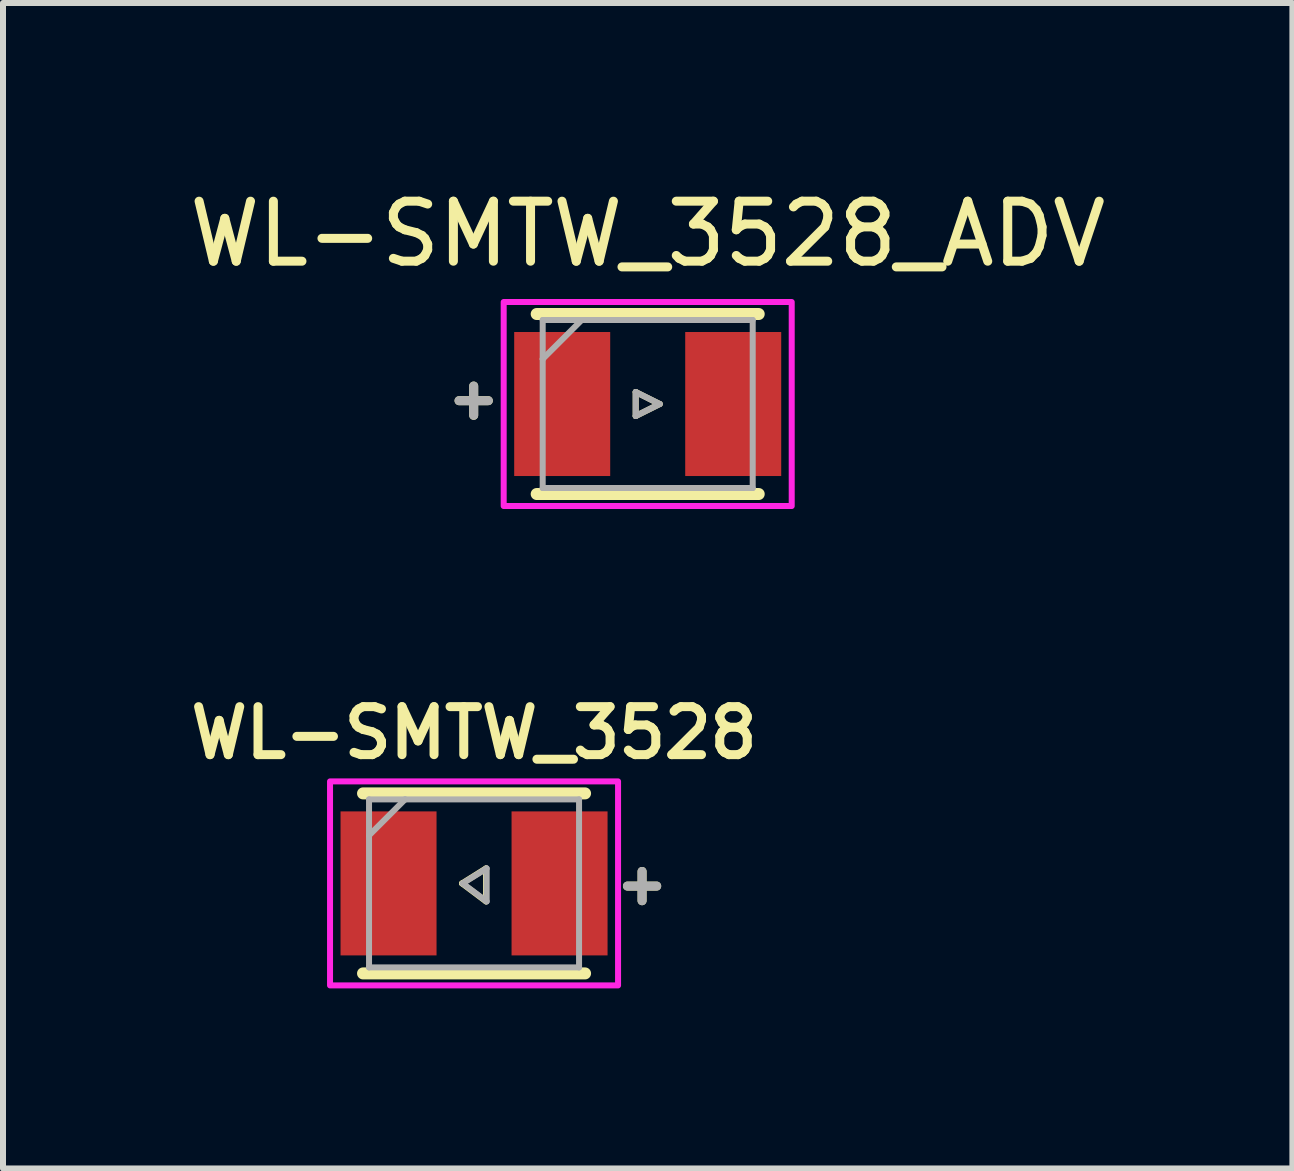
<source format=kicad_pcb>
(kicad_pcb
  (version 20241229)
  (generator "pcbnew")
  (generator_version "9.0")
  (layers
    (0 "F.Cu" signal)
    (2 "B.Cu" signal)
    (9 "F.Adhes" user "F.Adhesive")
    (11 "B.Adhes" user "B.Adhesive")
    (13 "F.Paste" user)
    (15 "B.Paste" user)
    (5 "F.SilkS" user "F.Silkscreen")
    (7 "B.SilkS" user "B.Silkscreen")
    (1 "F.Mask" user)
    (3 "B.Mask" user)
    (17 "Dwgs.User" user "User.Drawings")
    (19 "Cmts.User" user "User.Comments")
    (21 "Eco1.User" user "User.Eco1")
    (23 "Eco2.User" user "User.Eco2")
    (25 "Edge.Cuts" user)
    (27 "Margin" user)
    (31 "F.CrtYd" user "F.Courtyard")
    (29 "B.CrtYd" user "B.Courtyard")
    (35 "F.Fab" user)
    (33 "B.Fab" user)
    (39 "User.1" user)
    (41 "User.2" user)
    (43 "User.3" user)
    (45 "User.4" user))
  (footprint "WL-SMTW_3528_ADV"
    (layer "F.Cu")
    (at 7.744 3.683)
    (property "Reference" "WL-SMTW_3528_ADV" (at 0 -2.835 0) (layer "F.SilkS") (effects (font (size 1 1) (thickness 0.15))))
    (attr smd)
    (fp_line (start -1.85 1.5) (end 1.85 1.5) (stroke (width 0.2) (type solid)) (layer "F.SilkS"))
    (fp_line (start -0.2 -0.2) (end -0.2 0.2) (stroke (width 0.1) (type solid)) (layer "F.SilkS"))
    (fp_line (start -0.2 0.2) (end 0.2 0) (stroke (width 0.1) (type solid)) (layer "F.SilkS"))
    (fp_line (start 0.2 0) (end -0.2 -0.2) (stroke (width 0.1) (type solid)) (layer "F.SilkS"))
    (fp_line (start 1.85 -1.5) (end -1.85 -1.5) (stroke (width 0.2) (type solid)) (layer "F.SilkS"))
    (fp_poly (pts (xy -2.4 -1.7) (xy 2.4 -1.7) (xy 2.4 1.7) (xy -2.4 1.7)) (stroke (width 0.1) (type solid)) (fill no) (layer "F.CrtYd"))
    (fp_line (start -1.75 -1.4) (end -1.1 -1.4) (stroke (width 0.1) (type solid)) (layer "F.Fab"))
    (fp_line (start -1.75 -0.75) (end -1.75 -1.4) (stroke (width 0.1) (type solid)) (layer "F.Fab"))
    (fp_line (start -1.75 -0.75) (end -1.1 -1.4) (stroke (width 0.1) (type solid)) (layer "F.Fab"))
    (fp_line (start -1.75 1.4) (end -1.75 -0.75) (stroke (width 0.1) (type solid)) (layer "F.Fab"))
    (fp_line (start -1.1 -1.4) (end 1.75 -1.4) (stroke (width 0.1) (type solid)) (layer "F.Fab"))
    (fp_line (start -0.2 -0.2) (end -0.2 0.2) (stroke (width 0.1) (type solid)) (layer "F.Fab"))
    (fp_line (start -0.2 0.2) (end 0.2 0) (stroke (width 0.1) (type solid)) (layer "F.Fab"))
    (fp_line (start 0.2 0) (end -0.2 -0.2) (stroke (width 0.1) (type solid)) (layer "F.Fab"))
    (fp_line (start 1.75 -1.4) (end 1.75 1.4) (stroke (width 0.1) (type solid)) (layer "F.Fab"))
    (fp_line (start 1.75 1.4) (end -1.75 1.4) (stroke (width 0.1) (type solid)) (layer "F.Fab"))
    (fp_text user "+" (at -2.9 -0.1 0) (layer "F.SilkS") (effects (font (size 0.64 0.64) (thickness 0.15))))
    (fp_text user "+" (at -2.9 -0.1 0) (layer "F.Fab") (effects (font (size 0.64 0.64) (thickness 0.15))))
    (pad "1" smd rect (at -1.425 0) (size 1.6 2.4) (layers "F.Cu" "F.Mask" "F.Paste"))
    (pad "2" smd rect (at 1.425 0) (size 1.6 2.4) (layers "F.Cu" "F.Mask" "F.Paste")))
  (footprint "WL-SMTW_3528"
    (layer "F.Cu")
    (at 4.85 11.672)
    (property "Reference" "WL-SMTW_3528" (at 0 -2.508 0) (layer "F.SilkS") (effects (font (size 0.8 0.8) (thickness 0.15))))
    (attr smd)
    (fp_line (start -1.85 -1.5) (end 1.85 -1.5) (stroke (width 0.2) (type solid)) (layer "F.SilkS"))
    (fp_line (start -0.2 0) (end 0.2 -0.25) (stroke (width 0.1) (type solid)) (layer "F.SilkS"))
    (fp_line (start 0.2 -0.25) (end 0.2 0.3) (stroke (width 0.1) (type solid)) (layer "F.SilkS"))
    (fp_line (start 0.2 0.3) (end -0.2 0) (stroke (width 0.1) (type solid)) (layer "F.SilkS"))
    (fp_line (start 1.85 1.5) (end -1.85 1.5) (stroke (width 0.2) (type solid)) (layer "F.SilkS"))
    (fp_poly (pts (xy 2.4 -1.7) (xy 2.4 1.7) (xy -2.4 1.7) (xy -2.4 -1.7)) (stroke (width 0.1) (type solid)) (fill no) (layer "F.CrtYd"))
    (fp_line (start -1.75 -1.4) (end -1.15 -1.4) (stroke (width 0.1) (type solid)) (layer "F.Fab"))
    (fp_line (start -1.75 -0.8) (end -1.75 -1.4) (stroke (width 0.1) (type solid)) (layer "F.Fab"))
    (fp_line (start -1.75 -0.8) (end -1.15 -1.4) (stroke (width 0.1) (type solid)) (layer "F.Fab"))
    (fp_line (start -1.75 1.4) (end -1.75 -0.8) (stroke (width 0.1) (type solid)) (layer "F.Fab"))
    (fp_line (start -1.15 -1.4) (end 1.75 -1.4) (stroke (width 0.1) (type solid)) (layer "F.Fab"))
    (fp_line (start -0.19 0) (end 0.21 -0.25) (stroke (width 0.1) (type solid)) (layer "F.Fab"))
    (fp_line (start 0.21 -0.25) (end 0.21 0.3) (stroke (width 0.1) (type solid)) (layer "F.Fab"))
    (fp_line (start 0.21 0.3) (end -0.19 0) (stroke (width 0.1) (type solid)) (layer "F.Fab"))
    (fp_line (start 1.75 -1.4) (end 1.75 1.4) (stroke (width 0.1) (type solid)) (layer "F.Fab"))
    (fp_line (start 1.75 1.4) (end -1.75 1.4) (stroke (width 0.1) (type solid)) (layer "F.Fab"))
    (fp_text user "+" (at 2.8 0 0) (layer "F.SilkS") (effects (font (size 0.64 0.64) (thickness 0.15))))
    (fp_text user "+" (at 2.8 0 0) (layer "F.Fab") (effects (font (size 0.64 0.64) (thickness 0.15))))
    (pad "1" smd rect (at -1.425 0) (size 1.6 2.4) (layers "F.Cu" "F.Mask" "F.Paste"))
    (pad "2" smd rect (at 1.425 0) (size 1.6 2.4) (layers "F.Cu" "F.Mask" "F.Paste")))
  (gr_rect
    (start -3 -3)
    (end 18.488 16.422)
    (stroke (width 0.1) (type default))
    (fill no)
    (layer "Edge.Cuts")))
</source>
